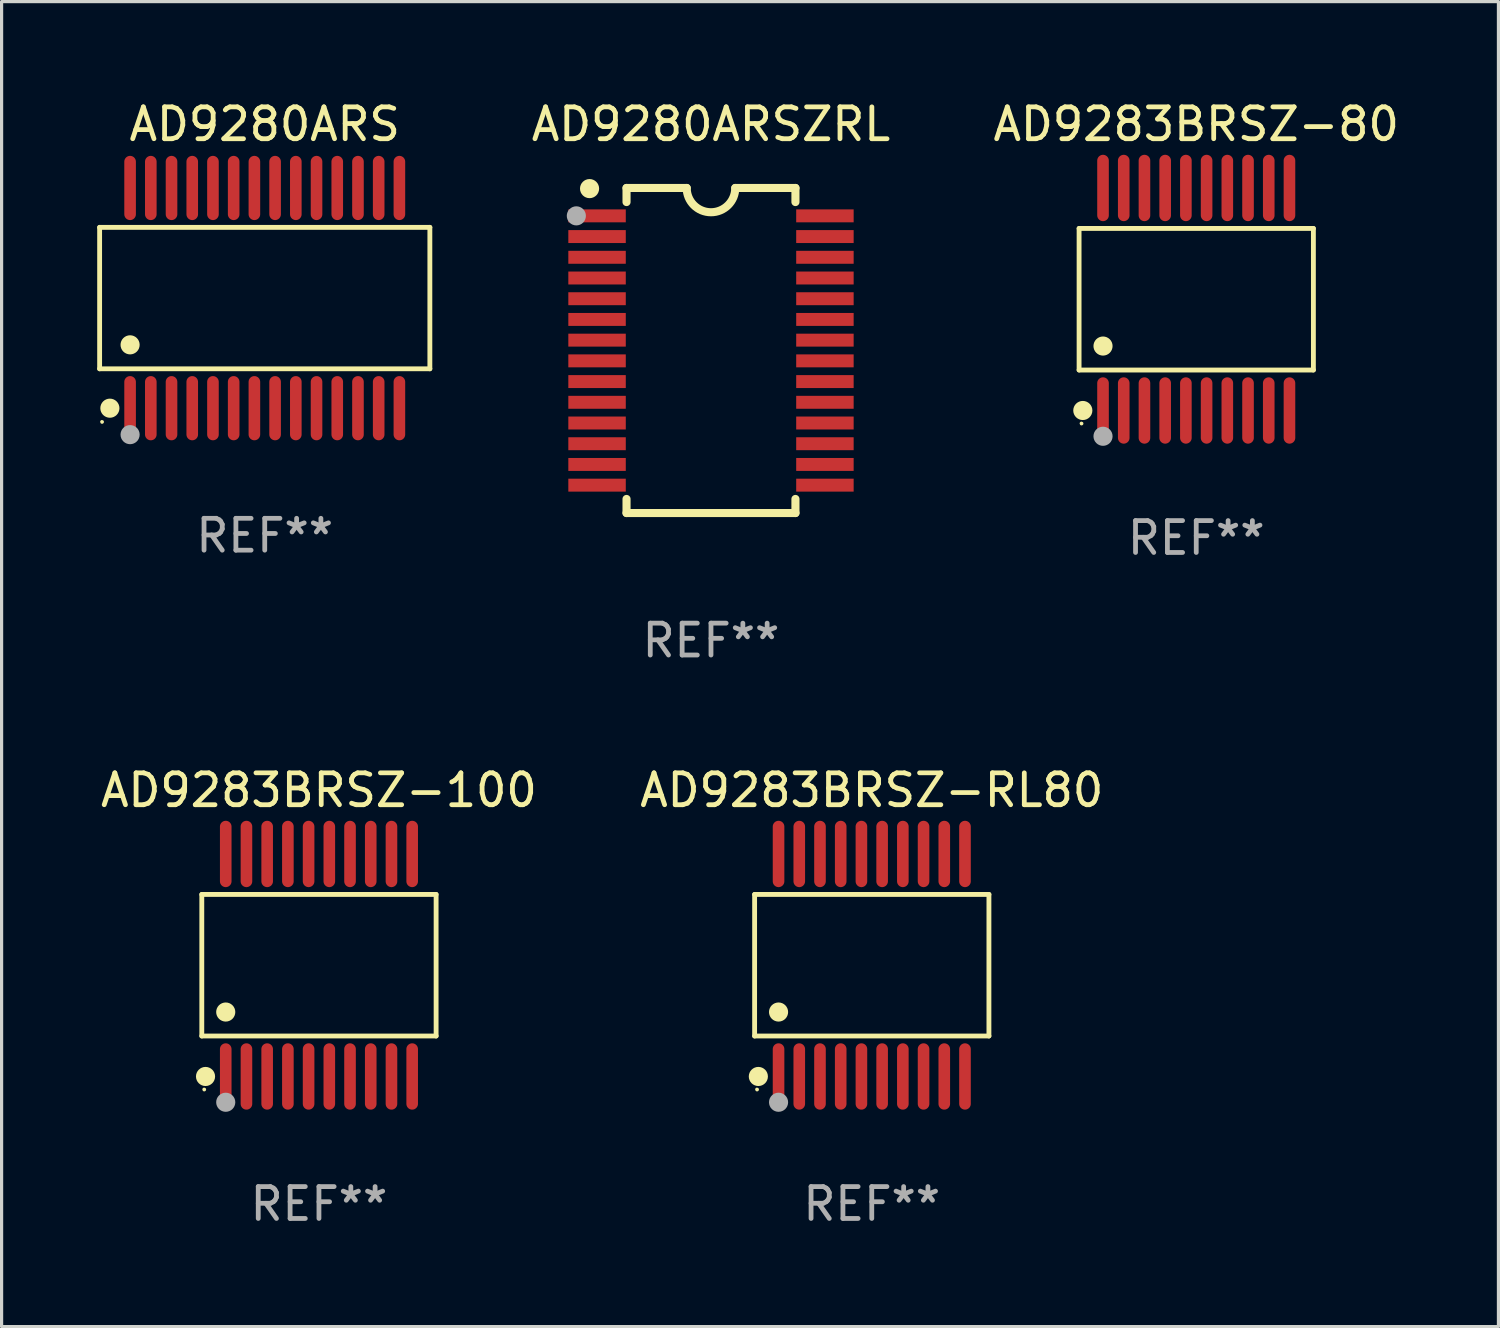
<source format=kicad_pcb>
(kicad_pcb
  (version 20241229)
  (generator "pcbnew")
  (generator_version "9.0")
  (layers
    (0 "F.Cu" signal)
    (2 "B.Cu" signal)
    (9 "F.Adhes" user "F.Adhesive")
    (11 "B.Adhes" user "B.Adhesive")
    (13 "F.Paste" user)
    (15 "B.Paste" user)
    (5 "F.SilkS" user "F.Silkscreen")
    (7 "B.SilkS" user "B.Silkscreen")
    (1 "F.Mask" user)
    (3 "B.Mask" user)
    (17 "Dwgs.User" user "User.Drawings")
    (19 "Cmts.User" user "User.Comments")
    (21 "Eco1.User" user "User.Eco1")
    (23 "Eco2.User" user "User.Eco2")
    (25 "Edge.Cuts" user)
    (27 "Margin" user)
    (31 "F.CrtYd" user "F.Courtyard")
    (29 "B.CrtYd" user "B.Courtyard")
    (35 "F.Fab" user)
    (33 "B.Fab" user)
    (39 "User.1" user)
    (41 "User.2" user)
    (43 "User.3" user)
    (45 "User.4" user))
  (footprint "AD9280ARS"
    (layer "F.Cu")
    (at 5.257 6.303)
    (property "Reference" "AD9280ARS" (at 0 -5.455 0) (layer "F.SilkS") (effects (font (size 1 1) (thickness 0.15))))
    (attr through_hole)
    (fp_line (start -5.181 -2.219) (end 5.181 -2.219) (stroke (width 0.152) (type solid)) (layer "F.SilkS"))
    (fp_line (start -5.181 2.219) (end -5.181 -2.219) (stroke (width 0.152) (type solid)) (layer "F.SilkS"))
    (fp_line (start 5.181 -2.219) (end 5.181 2.219) (stroke (width 0.152) (type solid)) (layer "F.SilkS"))
    (fp_line (start 5.181 2.219) (end -5.181 2.219) (stroke (width 0.152) (type solid)) (layer "F.SilkS"))
    (fp_circle (center -5.105 3.885) (end -5.075 3.885) (stroke (width 0.06) (type solid)) (fill no) (layer "F.SilkS"))
    (fp_circle (center -4.859 3.455) (end -4.709 3.455) (stroke (width 0.3) (type solid)) (fill no) (layer "F.SilkS"))
    (fp_circle (center -4.225 1.467) (end -4.075 1.467) (stroke (width 0.3) (type solid)) (fill no) (layer "F.SilkS"))
    (fp_circle (center -4.225 4.285) (end -4.075 4.285) (stroke (width 0.3) (type solid)) (fill no) (layer "F.Fab"))
    (fp_text user "REF**" (at 0 7.455 0) (layer "F.Fab") (effects (font (size 1 1) (thickness 0.15))))
    (pad "1" smd oval (at -4.225 3.455) (size 0.364 2.015) (layers "F.Cu" "F.Mask" "F.Paste"))
    (pad "2" smd oval (at -3.575 3.455) (size 0.364 2.015) (layers "F.Cu" "F.Mask" "F.Paste"))
    (pad "3" smd oval (at -2.925 3.455) (size 0.364 2.015) (layers "F.Cu" "F.Mask" "F.Paste"))
    (pad "4" smd oval (at -2.275 3.455) (size 0.364 2.015) (layers "F.Cu" "F.Mask" "F.Paste"))
    (pad "5" smd oval (at -1.625 3.455) (size 0.364 2.015) (layers "F.Cu" "F.Mask" "F.Paste"))
    (pad "6" smd oval (at -0.975 3.455) (size 0.364 2.015) (layers "F.Cu" "F.Mask" "F.Paste"))
    (pad "7" smd oval (at -0.325 3.455) (size 0.364 2.015) (layers "F.Cu" "F.Mask" "F.Paste"))
    (pad "8" smd oval (at 0.325 3.455) (size 0.364 2.015) (layers "F.Cu" "F.Mask" "F.Paste"))
    (pad "9" smd oval (at 0.975 3.455) (size 0.364 2.015) (layers "F.Cu" "F.Mask" "F.Paste"))
    (pad "10" smd oval (at 1.625 3.455) (size 0.364 2.015) (layers "F.Cu" "F.Mask" "F.Paste"))
    (pad "11" smd oval (at 2.275 3.455) (size 0.364 2.015) (layers "F.Cu" "F.Mask" "F.Paste"))
    (pad "12" smd oval (at 2.925 3.455) (size 0.364 2.015) (layers "F.Cu" "F.Mask" "F.Paste"))
    (pad "13" smd oval (at 3.575 3.455) (size 0.364 2.015) (layers "F.Cu" "F.Mask" "F.Paste"))
    (pad "14" smd oval (at 4.225 3.455) (size 0.364 2.015) (layers "F.Cu" "F.Mask" "F.Paste"))
    (pad "15" smd oval (at 4.225 -3.455) (size 0.364 2.015) (layers "F.Cu" "F.Mask" "F.Paste"))
    (pad "16" smd oval (at 3.575 -3.455) (size 0.364 2.015) (layers "F.Cu" "F.Mask" "F.Paste"))
    (pad "17" smd oval (at 2.925 -3.455) (size 0.364 2.015) (layers "F.Cu" "F.Mask" "F.Paste"))
    (pad "18" smd oval (at 2.275 -3.455) (size 0.364 2.015) (layers "F.Cu" "F.Mask" "F.Paste"))
    (pad "19" smd oval (at 1.625 -3.455) (size 0.364 2.015) (layers "F.Cu" "F.Mask" "F.Paste"))
    (pad "20" smd oval (at 0.975 -3.455) (size 0.364 2.015) (layers "F.Cu" "F.Mask" "F.Paste"))
    (pad "21" smd oval (at 0.325 -3.455) (size 0.364 2.015) (layers "F.Cu" "F.Mask" "F.Paste"))
    (pad "22" smd oval (at -0.325 -3.455) (size 0.364 2.015) (layers "F.Cu" "F.Mask" "F.Paste"))
    (pad "23" smd oval (at -0.975 -3.455) (size 0.364 2.015) (layers "F.Cu" "F.Mask" "F.Paste"))
    (pad "24" smd oval (at -1.625 -3.455) (size 0.364 2.015) (layers "F.Cu" "F.Mask" "F.Paste"))
    (pad "25" smd oval (at -2.275 -3.455) (size 0.364 2.015) (layers "F.Cu" "F.Mask" "F.Paste"))
    (pad "26" smd oval (at -2.925 -3.455) (size 0.364 2.015) (layers "F.Cu" "F.Mask" "F.Paste"))
    (pad "27" smd oval (at -3.575 -3.455) (size 0.364 2.015) (layers "F.Cu" "F.Mask" "F.Paste"))
    (pad "28" smd oval (at -4.225 -3.455) (size 0.364 2.015) (layers "F.Cu" "F.Mask" "F.Paste")))
  (footprint "AD9283BRSZ-80"
    (layer "F.Cu")
    (at 34.485 6.339)
    (property "Reference" "AD9283BRSZ-80" (at 0 -5.491 0) (layer "F.SilkS") (effects (font (size 1 1) (thickness 0.15))))
    (attr through_hole)
    (fp_line (start -3.676 -2.221) (end 3.676 -2.221) (stroke (width 0.152) (type solid)) (layer "F.SilkS"))
    (fp_line (start -3.676 2.221) (end -3.676 -2.221) (stroke (width 0.152) (type solid)) (layer "F.SilkS"))
    (fp_line (start 3.676 -2.221) (end 3.676 2.221) (stroke (width 0.152) (type solid)) (layer "F.SilkS"))
    (fp_line (start 3.676 2.221) (end -3.676 2.221) (stroke (width 0.152) (type solid)) (layer "F.SilkS"))
    (fp_circle (center -3.6 3.9) (end -3.57 3.9) (stroke (width 0.06) (type solid)) (fill no) (layer "F.SilkS"))
    (fp_circle (center -3.559 3.491) (end -3.409 3.491) (stroke (width 0.3) (type solid)) (fill no) (layer "F.SilkS"))
    (fp_circle (center -2.925 1.469) (end -2.775 1.469) (stroke (width 0.3) (type solid)) (fill no) (layer "F.SilkS"))
    (fp_circle (center -2.925 4.3) (end -2.775 4.3) (stroke (width 0.3) (type solid)) (fill no) (layer "F.Fab"))
    (fp_text user "REF**" (at 0 7.491 0) (layer "F.Fab") (effects (font (size 1 1) (thickness 0.15))))
    (pad "1" smd oval (at -2.925 3.491) (size 0.364 2.082) (layers "F.Cu" "F.Mask" "F.Paste"))
    (pad "2" smd oval (at -2.275 3.491) (size 0.364 2.082) (layers "F.Cu" "F.Mask" "F.Paste"))
    (pad "3" smd oval (at -1.625 3.491) (size 0.364 2.082) (layers "F.Cu" "F.Mask" "F.Paste"))
    (pad "4" smd oval (at -0.975 3.491) (size 0.364 2.082) (layers "F.Cu" "F.Mask" "F.Paste"))
    (pad "5" smd oval (at -0.325 3.491) (size 0.364 2.082) (layers "F.Cu" "F.Mask" "F.Paste"))
    (pad "6" smd oval (at 0.325 3.491) (size 0.364 2.082) (layers "F.Cu" "F.Mask" "F.Paste"))
    (pad "7" smd oval (at 0.975 3.491) (size 0.364 2.082) (layers "F.Cu" "F.Mask" "F.Paste"))
    (pad "8" smd oval (at 1.625 3.491) (size 0.364 2.082) (layers "F.Cu" "F.Mask" "F.Paste"))
    (pad "9" smd oval (at 2.275 3.491) (size 0.364 2.082) (layers "F.Cu" "F.Mask" "F.Paste"))
    (pad "10" smd oval (at 2.925 3.491) (size 0.364 2.082) (layers "F.Cu" "F.Mask" "F.Paste"))
    (pad "11" smd oval (at 2.925 -3.491) (size 0.364 2.082) (layers "F.Cu" "F.Mask" "F.Paste"))
    (pad "12" smd oval (at 2.275 -3.491) (size 0.364 2.082) (layers "F.Cu" "F.Mask" "F.Paste"))
    (pad "13" smd oval (at 1.625 -3.491) (size 0.364 2.082) (layers "F.Cu" "F.Mask" "F.Paste"))
    (pad "14" smd oval (at 0.975 -3.491) (size 0.364 2.082) (layers "F.Cu" "F.Mask" "F.Paste"))
    (pad "15" smd oval (at 0.325 -3.491) (size 0.364 2.082) (layers "F.Cu" "F.Mask" "F.Paste"))
    (pad "16" smd oval (at -0.325 -3.491) (size 0.364 2.082) (layers "F.Cu" "F.Mask" "F.Paste"))
    (pad "17" smd oval (at -0.975 -3.491) (size 0.364 2.082) (layers "F.Cu" "F.Mask" "F.Paste"))
    (pad "18" smd oval (at -1.625 -3.491) (size 0.364 2.082) (layers "F.Cu" "F.Mask" "F.Paste"))
    (pad "19" smd oval (at -2.275 -3.491) (size 0.364 2.082) (layers "F.Cu" "F.Mask" "F.Paste"))
    (pad "20" smd oval (at -2.925 -3.491) (size 0.364 2.082) (layers "F.Cu" "F.Mask" "F.Paste")))
  (footprint "AD9280ARSZRL"
    (layer "F.Cu")
    (at 19.259 7.948)
    (property "Reference" "AD9280ARSZRL" (at 0 -7.1 0) (layer "F.SilkS") (effects (font (size 1 1) (thickness 0.15))))
    (attr through_hole)
    (fp_line (start -2.65 -5.1) (end -0.762 -5.1) (stroke (width 0.254) (type solid)) (layer "F.SilkS"))
    (fp_line (start -2.65 -4.658) (end -2.65 -5.1) (stroke (width 0.254) (type solid)) (layer "F.SilkS"))
    (fp_line (start -2.65 5.1) (end -2.65 4.658) (stroke (width 0.254) (type solid)) (layer "F.SilkS"))
    (fp_line (start -2.65 5.1) (end 2.65 5.1) (stroke (width 0.254) (type solid)) (layer "F.SilkS"))
    (fp_line (start 2.65 -5.1) (end 0.762 -5.1) (stroke (width 0.254) (type solid)) (layer "F.SilkS"))
    (fp_line (start 2.65 -5.1) (end 2.65 -4.658) (stroke (width 0.254) (type solid)) (layer "F.SilkS"))
    (fp_line (start 2.65 4.658) (end 2.65 5.1) (stroke (width 0.254) (type solid)) (layer "F.SilkS"))
    (fp_arc (start 0.761925 -5.1) (mid -0.000241 -4.338329) (end -0.762077 -5.10033) (stroke (width 0.254001) (type solid)) (layer "F.SilkS"))
    (fp_circle (center -3.858 -5.07) (end -3.828 -5.07) (stroke (width 0.06) (type solid)) (fill no) (layer "F.SilkS"))
    (fp_circle (center -3.81 -5.08) (end -3.66 -5.08) (stroke (width 0.3) (type solid)) (fill no) (layer "F.SilkS"))
    (fp_circle (center -4.225 -4.225) (end -4.075 -4.225) (stroke (width 0.3) (type solid)) (fill no) (layer "F.Fab"))
    (fp_text user "REF**" (at 0 9.1 0) (layer "F.Fab") (effects (font (size 1 1) (thickness 0.15))))
    (pad "1" smd rect (at -3.575 -4.225) (size 1.803 0.406) (layers "F.Cu" "F.Mask" "F.Paste"))
    (pad "2" smd rect (at -3.575 -3.575) (size 1.803 0.406) (layers "F.Cu" "F.Mask" "F.Paste"))
    (pad "3" smd rect (at -3.575 -2.925) (size 1.803 0.406) (layers "F.Cu" "F.Mask" "F.Paste"))
    (pad "4" smd rect (at -3.575 -2.275) (size 1.803 0.406) (layers "F.Cu" "F.Mask" "F.Paste"))
    (pad "5" smd rect (at -3.575 -1.625) (size 1.803 0.406) (layers "F.Cu" "F.Mask" "F.Paste"))
    (pad "6" smd rect (at -3.575 -0.975) (size 1.803 0.406) (layers "F.Cu" "F.Mask" "F.Paste"))
    (pad "7" smd rect (at -3.575 -0.325) (size 1.803 0.406) (layers "F.Cu" "F.Mask" "F.Paste"))
    (pad "8" smd rect (at -3.575 0.325) (size 1.803 0.406) (layers "F.Cu" "F.Mask" "F.Paste"))
    (pad "9" smd rect (at -3.575 0.975) (size 1.803 0.406) (layers "F.Cu" "F.Mask" "F.Paste"))
    (pad "10" smd rect (at -3.575 1.625) (size 1.803 0.406) (layers "F.Cu" "F.Mask" "F.Paste"))
    (pad "11" smd rect (at -3.575 2.275) (size 1.803 0.406) (layers "F.Cu" "F.Mask" "F.Paste"))
    (pad "12" smd rect (at -3.575 2.925) (size 1.803 0.406) (layers "F.Cu" "F.Mask" "F.Paste"))
    (pad "13" smd rect (at -3.575 3.575) (size 1.803 0.406) (layers "F.Cu" "F.Mask" "F.Paste"))
    (pad "14" smd rect (at -3.575 4.225) (size 1.803 0.406) (layers "F.Cu" "F.Mask" "F.Paste"))
    (pad "15" smd rect (at 3.575 4.225) (size 1.803 0.406) (layers "F.Cu" "F.Mask" "F.Paste"))
    (pad "16" smd rect (at 3.575 3.575) (size 1.803 0.406) (layers "F.Cu" "F.Mask" "F.Paste"))
    (pad "17" smd rect (at 3.575 2.925) (size 1.803 0.406) (layers "F.Cu" "F.Mask" "F.Paste"))
    (pad "18" smd rect (at 3.575 2.275) (size 1.803 0.406) (layers "F.Cu" "F.Mask" "F.Paste"))
    (pad "19" smd rect (at 3.575 1.625) (size 1.803 0.406) (layers "F.Cu" "F.Mask" "F.Paste"))
    (pad "20" smd rect (at 3.575 0.975) (size 1.803 0.406) (layers "F.Cu" "F.Mask" "F.Paste"))
    (pad "21" smd rect (at 3.575 0.325) (size 1.803 0.406) (layers "F.Cu" "F.Mask" "F.Paste"))
    (pad "22" smd rect (at 3.575 -0.325) (size 1.803 0.406) (layers "F.Cu" "F.Mask" "F.Paste"))
    (pad "23" smd rect (at 3.575 -0.975) (size 1.803 0.406) (layers "F.Cu" "F.Mask" "F.Paste"))
    (pad "24" smd rect (at 3.575 -1.625) (size 1.803 0.406) (layers "F.Cu" "F.Mask" "F.Paste"))
    (pad "25" smd rect (at 3.575 -2.275) (size 1.803 0.406) (layers "F.Cu" "F.Mask" "F.Paste"))
    (pad "26" smd rect (at 3.575 -2.925) (size 1.803 0.406) (layers "F.Cu" "F.Mask" "F.Paste"))
    (pad "27" smd rect (at 3.575 -3.575) (size 1.803 0.406) (layers "F.Cu" "F.Mask" "F.Paste"))
    (pad "28" smd rect (at 3.575 -4.225) (size 1.803 0.406) (layers "F.Cu" "F.Mask" "F.Paste")))
  (footprint "AD9283BRSZ-100"
    (layer "F.Cu")
    (at 6.958 27.236)
    (property "Reference" "AD9283BRSZ-100" (at 0 -5.491 0) (layer "F.SilkS") (effects (font (size 1 1) (thickness 0.15))))
    (attr through_hole)
    (fp_line (start -3.676 -2.221) (end 3.676 -2.221) (stroke (width 0.152) (type solid)) (layer "F.SilkS"))
    (fp_line (start -3.676 2.221) (end -3.676 -2.221) (stroke (width 0.152) (type solid)) (layer "F.SilkS"))
    (fp_line (start 3.676 -2.221) (end 3.676 2.221) (stroke (width 0.152) (type solid)) (layer "F.SilkS"))
    (fp_line (start 3.676 2.221) (end -3.676 2.221) (stroke (width 0.152) (type solid)) (layer "F.SilkS"))
    (fp_circle (center -3.6 3.9) (end -3.57 3.9) (stroke (width 0.06) (type solid)) (fill no) (layer "F.SilkS"))
    (fp_circle (center -3.559 3.491) (end -3.409 3.491) (stroke (width 0.3) (type solid)) (fill no) (layer "F.SilkS"))
    (fp_circle (center -2.925 1.469) (end -2.775 1.469) (stroke (width 0.3) (type solid)) (fill no) (layer "F.SilkS"))
    (fp_circle (center -2.925 4.3) (end -2.775 4.3) (stroke (width 0.3) (type solid)) (fill no) (layer "F.Fab"))
    (fp_text user "REF**" (at 0 7.491 0) (layer "F.Fab") (effects (font (size 1 1) (thickness 0.15))))
    (pad "1" smd oval (at -2.925 3.491) (size 0.364 2.082) (layers "F.Cu" "F.Mask" "F.Paste"))
    (pad "2" smd oval (at -2.275 3.491) (size 0.364 2.082) (layers "F.Cu" "F.Mask" "F.Paste"))
    (pad "3" smd oval (at -1.625 3.491) (size 0.364 2.082) (layers "F.Cu" "F.Mask" "F.Paste"))
    (pad "4" smd oval (at -0.975 3.491) (size 0.364 2.082) (layers "F.Cu" "F.Mask" "F.Paste"))
    (pad "5" smd oval (at -0.325 3.491) (size 0.364 2.082) (layers "F.Cu" "F.Mask" "F.Paste"))
    (pad "6" smd oval (at 0.325 3.491) (size 0.364 2.082) (layers "F.Cu" "F.Mask" "F.Paste"))
    (pad "7" smd oval (at 0.975 3.491) (size 0.364 2.082) (layers "F.Cu" "F.Mask" "F.Paste"))
    (pad "8" smd oval (at 1.625 3.491) (size 0.364 2.082) (layers "F.Cu" "F.Mask" "F.Paste"))
    (pad "9" smd oval (at 2.275 3.491) (size 0.364 2.082) (layers "F.Cu" "F.Mask" "F.Paste"))
    (pad "10" smd oval (at 2.925 3.491) (size 0.364 2.082) (layers "F.Cu" "F.Mask" "F.Paste"))
    (pad "11" smd oval (at 2.925 -3.491) (size 0.364 2.082) (layers "F.Cu" "F.Mask" "F.Paste"))
    (pad "12" smd oval (at 2.275 -3.491) (size 0.364 2.082) (layers "F.Cu" "F.Mask" "F.Paste"))
    (pad "13" smd oval (at 1.625 -3.491) (size 0.364 2.082) (layers "F.Cu" "F.Mask" "F.Paste"))
    (pad "14" smd oval (at 0.975 -3.491) (size 0.364 2.082) (layers "F.Cu" "F.Mask" "F.Paste"))
    (pad "15" smd oval (at 0.325 -3.491) (size 0.364 2.082) (layers "F.Cu" "F.Mask" "F.Paste"))
    (pad "16" smd oval (at -0.325 -3.491) (size 0.364 2.082) (layers "F.Cu" "F.Mask" "F.Paste"))
    (pad "17" smd oval (at -0.975 -3.491) (size 0.364 2.082) (layers "F.Cu" "F.Mask" "F.Paste"))
    (pad "18" smd oval (at -1.625 -3.491) (size 0.364 2.082) (layers "F.Cu" "F.Mask" "F.Paste"))
    (pad "19" smd oval (at -2.275 -3.491) (size 0.364 2.082) (layers "F.Cu" "F.Mask" "F.Paste"))
    (pad "20" smd oval (at -2.925 -3.491) (size 0.364 2.082) (layers "F.Cu" "F.Mask" "F.Paste")))
  (footprint "AD9283BRSZ-RL80"
    (layer "F.Cu")
    (at 24.304 27.236)
    (property "Reference" "AD9283BRSZ-RL80" (at 0 -5.491 0) (layer "F.SilkS") (effects (font (size 1 1) (thickness 0.15))))
    (attr through_hole)
    (fp_line (start -3.676 -2.221) (end 3.676 -2.221) (stroke (width 0.152) (type solid)) (layer "F.SilkS"))
    (fp_line (start -3.676 2.221) (end -3.676 -2.221) (stroke (width 0.152) (type solid)) (layer "F.SilkS"))
    (fp_line (start 3.676 -2.221) (end 3.676 2.221) (stroke (width 0.152) (type solid)) (layer "F.SilkS"))
    (fp_line (start 3.676 2.221) (end -3.676 2.221) (stroke (width 0.152) (type solid)) (layer "F.SilkS"))
    (fp_circle (center -3.6 3.9) (end -3.57 3.9) (stroke (width 0.06) (type solid)) (fill no) (layer "F.SilkS"))
    (fp_circle (center -3.559 3.491) (end -3.409 3.491) (stroke (width 0.3) (type solid)) (fill no) (layer "F.SilkS"))
    (fp_circle (center -2.925 1.469) (end -2.775 1.469) (stroke (width 0.3) (type solid)) (fill no) (layer "F.SilkS"))
    (fp_circle (center -2.925 4.3) (end -2.775 4.3) (stroke (width 0.3) (type solid)) (fill no) (layer "F.Fab"))
    (fp_text user "REF**" (at 0 7.491 0) (layer "F.Fab") (effects (font (size 1 1) (thickness 0.15))))
    (pad "1" smd oval (at -2.925 3.491) (size 0.364 2.082) (layers "F.Cu" "F.Mask" "F.Paste"))
    (pad "2" smd oval (at -2.275 3.491) (size 0.364 2.082) (layers "F.Cu" "F.Mask" "F.Paste"))
    (pad "3" smd oval (at -1.625 3.491) (size 0.364 2.082) (layers "F.Cu" "F.Mask" "F.Paste"))
    (pad "4" smd oval (at -0.975 3.491) (size 0.364 2.082) (layers "F.Cu" "F.Mask" "F.Paste"))
    (pad "5" smd oval (at -0.325 3.491) (size 0.364 2.082) (layers "F.Cu" "F.Mask" "F.Paste"))
    (pad "6" smd oval (at 0.325 3.491) (size 0.364 2.082) (layers "F.Cu" "F.Mask" "F.Paste"))
    (pad "7" smd oval (at 0.975 3.491) (size 0.364 2.082) (layers "F.Cu" "F.Mask" "F.Paste"))
    (pad "8" smd oval (at 1.625 3.491) (size 0.364 2.082) (layers "F.Cu" "F.Mask" "F.Paste"))
    (pad "9" smd oval (at 2.275 3.491) (size 0.364 2.082) (layers "F.Cu" "F.Mask" "F.Paste"))
    (pad "10" smd oval (at 2.925 3.491) (size 0.364 2.082) (layers "F.Cu" "F.Mask" "F.Paste"))
    (pad "11" smd oval (at 2.925 -3.491) (size 0.364 2.082) (layers "F.Cu" "F.Mask" "F.Paste"))
    (pad "12" smd oval (at 2.275 -3.491) (size 0.364 2.082) (layers "F.Cu" "F.Mask" "F.Paste"))
    (pad "13" smd oval (at 1.625 -3.491) (size 0.364 2.082) (layers "F.Cu" "F.Mask" "F.Paste"))
    (pad "14" smd oval (at 0.975 -3.491) (size 0.364 2.082) (layers "F.Cu" "F.Mask" "F.Paste"))
    (pad "15" smd oval (at 0.325 -3.491) (size 0.364 2.082) (layers "F.Cu" "F.Mask" "F.Paste"))
    (pad "16" smd oval (at -0.325 -3.491) (size 0.364 2.082) (layers "F.Cu" "F.Mask" "F.Paste"))
    (pad "17" smd oval (at -0.975 -3.491) (size 0.364 2.082) (layers "F.Cu" "F.Mask" "F.Paste"))
    (pad "18" smd oval (at -1.625 -3.491) (size 0.364 2.082) (layers "F.Cu" "F.Mask" "F.Paste"))
    (pad "19" smd oval (at -2.275 -3.491) (size 0.364 2.082) (layers "F.Cu" "F.Mask" "F.Paste"))
    (pad "20" smd oval (at -2.925 -3.491) (size 0.364 2.082) (layers "F.Cu" "F.Mask" "F.Paste")))
  (gr_rect
    (start -3 -3)
    (end 43.967 38.575)
    (stroke (width 0.1) (type default))
    (fill no)
    (layer "Edge.Cuts")))
</source>
